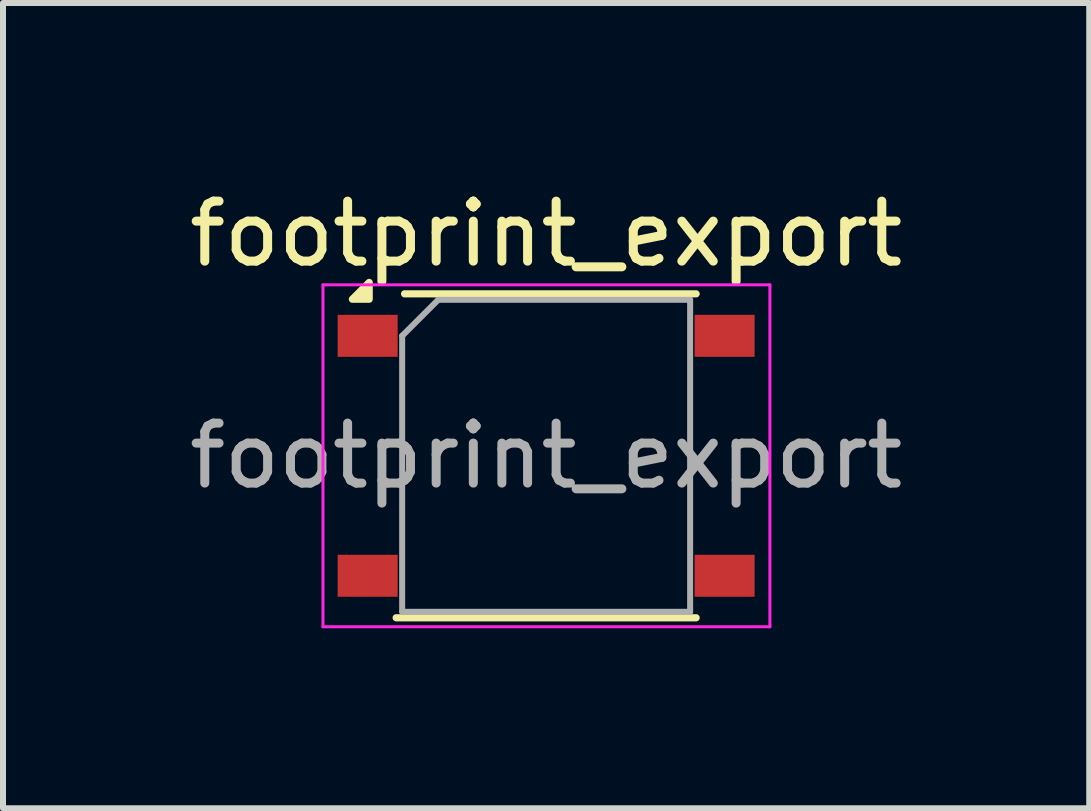
<source format=kicad_pcb>
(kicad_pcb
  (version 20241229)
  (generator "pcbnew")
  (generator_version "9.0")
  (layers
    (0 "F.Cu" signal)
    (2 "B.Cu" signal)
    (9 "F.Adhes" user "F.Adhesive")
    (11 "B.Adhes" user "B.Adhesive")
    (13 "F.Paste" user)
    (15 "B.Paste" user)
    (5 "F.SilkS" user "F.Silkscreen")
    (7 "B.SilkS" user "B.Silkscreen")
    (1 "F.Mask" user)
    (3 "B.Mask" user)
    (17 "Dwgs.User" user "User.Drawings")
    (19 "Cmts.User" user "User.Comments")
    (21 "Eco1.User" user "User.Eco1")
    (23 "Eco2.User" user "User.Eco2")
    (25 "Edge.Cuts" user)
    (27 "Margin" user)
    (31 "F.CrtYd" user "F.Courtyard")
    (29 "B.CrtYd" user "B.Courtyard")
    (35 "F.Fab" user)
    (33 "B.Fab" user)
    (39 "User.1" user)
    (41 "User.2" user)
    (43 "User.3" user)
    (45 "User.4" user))
  (footprint "footprint_export"
    (layer "F.Cu")
    (at 6.054 4.548)
    (property "Reference" "footprint_export" (at 0 -3.7 0) (layer "F.SilkS") (effects (font (size 1 1) (thickness 0.15))))
    (attr smd)
    (fp_line (start 2.5 -2.7) (end -2.36 -2.7) (stroke (width 0.12) (type solid)) (layer "F.SilkS"))
    (fp_line (start 2.5 2.7) (end -2.5 2.7) (stroke (width 0.12) (type solid)) (layer "F.SilkS"))
    (fp_poly (pts (xy -2.95 -2.61) (xy -3.23 -2.61) (xy -2.95 -2.89) (xy -2.95 -2.61)) (stroke (width 0.12) (type solid)) (fill yes) (layer "F.SilkS"))
    (fp_line (start -3.72 -2.85) (end -3.72 2.85) (stroke (width 0.05) (type solid)) (layer "F.CrtYd"))
    (fp_line (start -3.72 -2.85) (end 3.73 -2.85) (stroke (width 0.05) (type solid)) (layer "F.CrtYd"))
    (fp_line (start 3.73 2.85) (end -3.72 2.85) (stroke (width 0.05) (type solid)) (layer "F.CrtYd"))
    (fp_line (start 3.73 2.85) (end 3.73 -2.85) (stroke (width 0.05) (type solid)) (layer "F.CrtYd"))
    (fp_line (start -2.4 -2) (end -2.4 2.6) (stroke (width 0.1) (type solid)) (layer "F.Fab"))
    (fp_line (start -2.4 2.6) (end 2.4 2.6) (stroke (width 0.1) (type solid)) (layer "F.Fab"))
    (fp_line (start -1.8 -2.6) (end -2.4 -2) (stroke (width 0.1) (type solid)) (layer "F.Fab"))
    (fp_line (start 2.4 -2.6) (end -1.8 -2.6) (stroke (width 0.1) (type solid)) (layer "F.Fab"))
    (fp_line (start 2.4 2.6) (end 2.4 -2.6) (stroke (width 0.1) (type solid)) (layer "F.Fab"))
    (fp_text user "${REFERENCE}" (at 0 0 0) (layer "F.Fab") (effects (font (size 1 1) (thickness 0.15))))
    (pad "1" smd rect (at -2.975 -2) (size 1 0.7) (layers "F.Cu" "F.Mask" "F.Paste"))
    (pad "2" smd rect (at 2.975 -2) (size 1 0.7) (layers "F.Cu" "F.Mask" "F.Paste"))
    (pad "3" smd rect (at 2.975 2) (size 1 0.7) (layers "F.Cu" "F.Mask" "F.Paste"))
    (pad "4" smd rect (at -2.975 2) (size 1 0.7) (layers "F.Cu" "F.Mask" "F.Paste")))
  (gr_rect
    (start -3 -3)
    (end 15.107 10.423)
    (stroke (width 0.1) (type default))
    (fill no)
    (layer "Edge.Cuts")))
</source>
